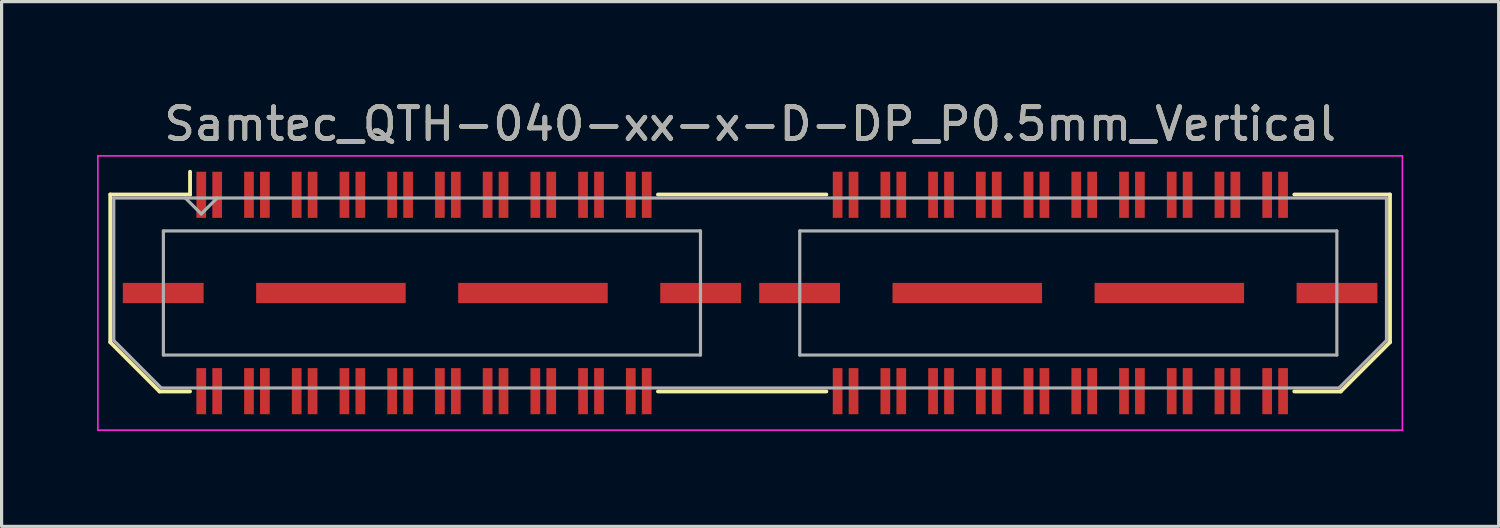
<source format=kicad_pcb>
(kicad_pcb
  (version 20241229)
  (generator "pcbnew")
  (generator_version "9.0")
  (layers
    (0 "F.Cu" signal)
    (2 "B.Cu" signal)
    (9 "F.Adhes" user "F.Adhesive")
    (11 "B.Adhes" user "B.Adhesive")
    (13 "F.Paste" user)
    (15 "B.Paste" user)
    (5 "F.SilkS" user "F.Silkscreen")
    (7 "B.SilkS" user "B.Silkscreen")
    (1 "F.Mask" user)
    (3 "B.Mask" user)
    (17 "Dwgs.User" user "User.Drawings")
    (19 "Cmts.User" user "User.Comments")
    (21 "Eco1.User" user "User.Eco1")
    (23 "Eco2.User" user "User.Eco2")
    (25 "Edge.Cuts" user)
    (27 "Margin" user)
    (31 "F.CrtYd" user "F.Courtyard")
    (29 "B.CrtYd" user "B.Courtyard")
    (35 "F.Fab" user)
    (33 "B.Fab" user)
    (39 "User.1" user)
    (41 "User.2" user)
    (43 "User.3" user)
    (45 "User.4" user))
  (footprint "Samtec_QTH-040-xx-x-D-DP_P0.5mm_Vertical"
    (layer "F.Cu")
    (at 20.525 6.158)
    (property "Reference" "Samtec_QTH-040-xx-x-D-DP_P0.5mm_Vertical" (at 0 -5.31 0) (layer "F.SilkS") (effects (font (size 1 1) (thickness 0.15))))
    (attr smd)
    (fp_line (start -20.11 -3.095) (end -20.11 1.548) (stroke (width 0.12) (type solid)) (layer "F.SilkS"))
    (fp_line (start -20.11 1.548) (end -18.562 3.095) (stroke (width 0.12) (type solid)) (layer "F.SilkS"))
    (fp_line (start -18.562 3.095) (end -17.602 3.095) (stroke (width 0.12) (type solid)) (layer "F.SilkS"))
    (fp_line (start -17.602 -3.811) (end -17.602 -3.095) (stroke (width 0.12) (type solid)) (layer "F.SilkS"))
    (fp_line (start -17.602 -3.095) (end -20.11 -3.095) (stroke (width 0.12) (type solid)) (layer "F.SilkS"))
    (fp_line (start -2.897 -3.095) (end 2.397 -3.095) (stroke (width 0.12) (type solid)) (layer "F.SilkS"))
    (fp_line (start -2.897 3.095) (end 2.397 3.095) (stroke (width 0.12) (type solid)) (layer "F.SilkS"))
    (fp_line (start 17.102 -3.095) (end 20.11 -3.095) (stroke (width 0.12) (type solid)) (layer "F.SilkS"))
    (fp_line (start 18.562 3.095) (end 17.102 3.095) (stroke (width 0.12) (type solid)) (layer "F.SilkS"))
    (fp_line (start 20.11 -3.095) (end 20.11 1.548) (stroke (width 0.12) (type solid)) (layer "F.SilkS"))
    (fp_line (start 20.11 1.548) (end 18.562 3.095) (stroke (width 0.12) (type solid)) (layer "F.SilkS"))
    (fp_line (start -20.5 -4.31) (end -20.5 4.31) (stroke (width 0.05) (type solid)) (layer "F.CrtYd"))
    (fp_line (start -20.5 4.31) (end 20.5 4.31) (stroke (width 0.05) (type solid)) (layer "F.CrtYd"))
    (fp_line (start 20.5 -4.31) (end -20.5 -4.31) (stroke (width 0.05) (type solid)) (layer "F.CrtYd"))
    (fp_line (start 20.5 4.31) (end 20.5 -4.31) (stroke (width 0.05) (type solid)) (layer "F.CrtYd"))
    (fp_line (start -20 -2.985) (end -20 1.492) (stroke (width 0.1) (type solid)) (layer "F.Fab"))
    (fp_line (start -20 -2.985) (end 20 -2.985) (stroke (width 0.1) (type solid)) (layer "F.Fab"))
    (fp_line (start -20 1.492) (end -18.508 2.985) (stroke (width 0.1) (type solid)) (layer "F.Fab"))
    (fp_line (start -18.508 2.985) (end 18.508 2.985) (stroke (width 0.1) (type solid)) (layer "F.Fab"))
    (fp_line (start -18.44 -1.95) (end -18.44 1.95) (stroke (width 0.1) (type solid)) (layer "F.Fab"))
    (fp_line (start -18.44 1.95) (end -1.56 1.95) (stroke (width 0.1) (type solid)) (layer "F.Fab"))
    (fp_line (start -17.25 -2.485) (end -17.75 -2.985) (stroke (width 0.1) (type solid)) (layer "F.Fab"))
    (fp_line (start -16.75 -2.985) (end -17.25 -2.485) (stroke (width 0.1) (type solid)) (layer "F.Fab"))
    (fp_line (start -1.56 -1.95) (end -18.44 -1.95) (stroke (width 0.1) (type solid)) (layer "F.Fab"))
    (fp_line (start -1.56 1.95) (end -1.56 -1.95) (stroke (width 0.1) (type solid)) (layer "F.Fab"))
    (fp_line (start 1.56 -1.95) (end 1.56 1.95) (stroke (width 0.1) (type solid)) (layer "F.Fab"))
    (fp_line (start 1.56 1.95) (end 18.44 1.95) (stroke (width 0.1) (type solid)) (layer "F.Fab"))
    (fp_line (start 18.44 -1.95) (end 1.56 -1.95) (stroke (width 0.1) (type solid)) (layer "F.Fab"))
    (fp_line (start 18.44 1.95) (end 18.44 -1.95) (stroke (width 0.1) (type solid)) (layer "F.Fab"))
    (fp_line (start 20 -2.985) (end 20 1.492) (stroke (width 0.1) (type solid)) (layer "F.Fab"))
    (fp_line (start 20 1.492) (end 18.508 2.985) (stroke (width 0.1) (type solid)) (layer "F.Fab"))
    (fp_text user "${REFERENCE}" (at 0 -5.31 0) (layer "F.Fab") (effects (font (size 1 1) (thickness 0.15))))
    (pad "1" smd rect (at -17.25 -3.086) (size 0.305 1.45) (layers "F.Cu" "F.Mask" "F.Paste"))
    (pad "2" smd rect (at -17.25 3.086) (size 0.305 1.45) (layers "F.Cu" "F.Mask" "F.Paste"))
    (pad "3" smd rect (at -16.75 -3.086) (size 0.305 1.45) (layers "F.Cu" "F.Mask" "F.Paste"))
    (pad "4" smd rect (at -16.75 3.086) (size 0.305 1.45) (layers "F.Cu" "F.Mask" "F.Paste"))
    (pad "5" smd rect (at -15.75 -3.086) (size 0.305 1.45) (layers "F.Cu" "F.Mask" "F.Paste"))
    (pad "6" smd rect (at -15.75 3.086) (size 0.305 1.45) (layers "F.Cu" "F.Mask" "F.Paste"))
    (pad "7" smd rect (at -15.25 -3.086) (size 0.305 1.45) (layers "F.Cu" "F.Mask" "F.Paste"))
    (pad "8" smd rect (at -15.25 3.086) (size 0.305 1.45) (layers "F.Cu" "F.Mask" "F.Paste"))
    (pad "9" smd rect (at -14.25 -3.086) (size 0.305 1.45) (layers "F.Cu" "F.Mask" "F.Paste"))
    (pad "10" smd rect (at -14.25 3.086) (size 0.305 1.45) (layers "F.Cu" "F.Mask" "F.Paste"))
    (pad "11" smd rect (at -13.75 -3.086) (size 0.305 1.45) (layers "F.Cu" "F.Mask" "F.Paste"))
    (pad "12" smd rect (at -13.75 3.086) (size 0.305 1.45) (layers "F.Cu" "F.Mask" "F.Paste"))
    (pad "13" smd rect (at -12.75 -3.086) (size 0.305 1.45) (layers "F.Cu" "F.Mask" "F.Paste"))
    (pad "14" smd rect (at -12.75 3.086) (size 0.305 1.45) (layers "F.Cu" "F.Mask" "F.Paste"))
    (pad "15" smd rect (at -12.25 -3.086) (size 0.305 1.45) (layers "F.Cu" "F.Mask" "F.Paste"))
    (pad "16" smd rect (at -12.25 3.086) (size 0.305 1.45) (layers "F.Cu" "F.Mask" "F.Paste"))
    (pad "17" smd rect (at -11.25 -3.086) (size 0.305 1.45) (layers "F.Cu" "F.Mask" "F.Paste"))
    (pad "18" smd rect (at -11.25 3.086) (size 0.305 1.45) (layers "F.Cu" "F.Mask" "F.Paste"))
    (pad "19" smd rect (at -10.75 -3.086) (size 0.305 1.45) (layers "F.Cu" "F.Mask" "F.Paste"))
    (pad "20" smd rect (at -10.75 3.086) (size 0.305 1.45) (layers "F.Cu" "F.Mask" "F.Paste"))
    (pad "21" smd rect (at -9.75 -3.086) (size 0.305 1.45) (layers "F.Cu" "F.Mask" "F.Paste"))
    (pad "22" smd rect (at -9.75 3.086) (size 0.305 1.45) (layers "F.Cu" "F.Mask" "F.Paste"))
    (pad "23" smd rect (at -9.25 -3.086) (size 0.305 1.45) (layers "F.Cu" "F.Mask" "F.Paste"))
    (pad "24" smd rect (at -9.25 3.086) (size 0.305 1.45) (layers "F.Cu" "F.Mask" "F.Paste"))
    (pad "25" smd rect (at -8.25 -3.086) (size 0.305 1.45) (layers "F.Cu" "F.Mask" "F.Paste"))
    (pad "26" smd rect (at -8.25 3.086) (size 0.305 1.45) (layers "F.Cu" "F.Mask" "F.Paste"))
    (pad "27" smd rect (at -7.75 -3.086) (size 0.305 1.45) (layers "F.Cu" "F.Mask" "F.Paste"))
    (pad "28" smd rect (at -7.75 3.086) (size 0.305 1.45) (layers "F.Cu" "F.Mask" "F.Paste"))
    (pad "29" smd rect (at -6.75 -3.086) (size 0.305 1.45) (layers "F.Cu" "F.Mask" "F.Paste"))
    (pad "30" smd rect (at -6.75 3.086) (size 0.305 1.45) (layers "F.Cu" "F.Mask" "F.Paste"))
    (pad "31" smd rect (at -6.25 -3.086) (size 0.305 1.45) (layers "F.Cu" "F.Mask" "F.Paste"))
    (pad "32" smd rect (at -6.25 3.086) (size 0.305 1.45) (layers "F.Cu" "F.Mask" "F.Paste"))
    (pad "33" smd rect (at -5.25 -3.086) (size 0.305 1.45) (layers "F.Cu" "F.Mask" "F.Paste"))
    (pad "34" smd rect (at -5.25 3.086) (size 0.305 1.45) (layers "F.Cu" "F.Mask" "F.Paste"))
    (pad "35" smd rect (at -4.75 -3.086) (size 0.305 1.45) (layers "F.Cu" "F.Mask" "F.Paste"))
    (pad "36" smd rect (at -4.75 3.086) (size 0.305 1.45) (layers "F.Cu" "F.Mask" "F.Paste"))
    (pad "37" smd rect (at -3.75 -3.086) (size 0.305 1.45) (layers "F.Cu" "F.Mask" "F.Paste"))
    (pad "38" smd rect (at -3.75 3.086) (size 0.305 1.45) (layers "F.Cu" "F.Mask" "F.Paste"))
    (pad "39" smd rect (at -3.25 -3.086) (size 0.305 1.45) (layers "F.Cu" "F.Mask" "F.Paste"))
    (pad "40" smd rect (at -3.25 3.086) (size 0.305 1.45) (layers "F.Cu" "F.Mask" "F.Paste"))
    (pad "41" smd rect (at 2.75 -3.086) (size 0.305 1.45) (layers "F.Cu" "F.Mask" "F.Paste"))
    (pad "42" smd rect (at 2.75 3.086) (size 0.305 1.45) (layers "F.Cu" "F.Mask" "F.Paste"))
    (pad "43" smd rect (at 3.25 -3.086) (size 0.305 1.45) (layers "F.Cu" "F.Mask" "F.Paste"))
    (pad "44" smd rect (at 3.25 3.086) (size 0.305 1.45) (layers "F.Cu" "F.Mask" "F.Paste"))
    (pad "45" smd rect (at 4.25 -3.086) (size 0.305 1.45) (layers "F.Cu" "F.Mask" "F.Paste"))
    (pad "46" smd rect (at 4.25 3.086) (size 0.305 1.45) (layers "F.Cu" "F.Mask" "F.Paste"))
    (pad "47" smd rect (at 4.75 -3.086) (size 0.305 1.45) (layers "F.Cu" "F.Mask" "F.Paste"))
    (pad "48" smd rect (at 4.75 3.086) (size 0.305 1.45) (layers "F.Cu" "F.Mask" "F.Paste"))
    (pad "49" smd rect (at 5.75 -3.086) (size 0.305 1.45) (layers "F.Cu" "F.Mask" "F.Paste"))
    (pad "50" smd rect (at 5.75 3.086) (size 0.305 1.45) (layers "F.Cu" "F.Mask" "F.Paste"))
    (pad "51" smd rect (at 6.25 -3.086) (size 0.305 1.45) (layers "F.Cu" "F.Mask" "F.Paste"))
    (pad "52" smd rect (at 6.25 3.086) (size 0.305 1.45) (layers "F.Cu" "F.Mask" "F.Paste"))
    (pad "53" smd rect (at 7.25 -3.086) (size 0.305 1.45) (layers "F.Cu" "F.Mask" "F.Paste"))
    (pad "54" smd rect (at 7.25 3.086) (size 0.305 1.45) (layers "F.Cu" "F.Mask" "F.Paste"))
    (pad "55" smd rect (at 7.75 -3.086) (size 0.305 1.45) (layers "F.Cu" "F.Mask" "F.Paste"))
    (pad "56" smd rect (at 7.75 3.086) (size 0.305 1.45) (layers "F.Cu" "F.Mask" "F.Paste"))
    (pad "57" smd rect (at 8.75 -3.086) (size 0.305 1.45) (layers "F.Cu" "F.Mask" "F.Paste"))
    (pad "58" smd rect (at 8.75 3.086) (size 0.305 1.45) (layers "F.Cu" "F.Mask" "F.Paste"))
    (pad "59" smd rect (at 9.25 -3.086) (size 0.305 1.45) (layers "F.Cu" "F.Mask" "F.Paste"))
    (pad "60" smd rect (at 9.25 3.086) (size 0.305 1.45) (layers "F.Cu" "F.Mask" "F.Paste"))
    (pad "61" smd rect (at 10.25 -3.086) (size 0.305 1.45) (layers "F.Cu" "F.Mask" "F.Paste"))
    (pad "62" smd rect (at 10.25 3.086) (size 0.305 1.45) (layers "F.Cu" "F.Mask" "F.Paste"))
    (pad "63" smd rect (at 10.75 -3.086) (size 0.305 1.45) (layers "F.Cu" "F.Mask" "F.Paste"))
    (pad "64" smd rect (at 10.75 3.086) (size 0.305 1.45) (layers "F.Cu" "F.Mask" "F.Paste"))
    (pad "65" smd rect (at 11.75 -3.086) (size 0.305 1.45) (layers "F.Cu" "F.Mask" "F.Paste"))
    (pad "66" smd rect (at 11.75 3.086) (size 0.305 1.45) (layers "F.Cu" "F.Mask" "F.Paste"))
    (pad "67" smd rect (at 12.25 -3.086) (size 0.305 1.45) (layers "F.Cu" "F.Mask" "F.Paste"))
    (pad "68" smd rect (at 12.25 3.086) (size 0.305 1.45) (layers "F.Cu" "F.Mask" "F.Paste"))
    (pad "69" smd rect (at 13.25 -3.086) (size 0.305 1.45) (layers "F.Cu" "F.Mask" "F.Paste"))
    (pad "70" smd rect (at 13.25 3.086) (size 0.305 1.45) (layers "F.Cu" "F.Mask" "F.Paste"))
    (pad "71" smd rect (at 13.75 -3.086) (size 0.305 1.45) (layers "F.Cu" "F.Mask" "F.Paste"))
    (pad "72" smd rect (at 13.75 3.086) (size 0.305 1.45) (layers "F.Cu" "F.Mask" "F.Paste"))
    (pad "73" smd rect (at 14.75 -3.086) (size 0.305 1.45) (layers "F.Cu" "F.Mask" "F.Paste"))
    (pad "74" smd rect (at 14.75 3.086) (size 0.305 1.45) (layers "F.Cu" "F.Mask" "F.Paste"))
    (pad "75" smd rect (at 15.25 -3.086) (size 0.305 1.45) (layers "F.Cu" "F.Mask" "F.Paste"))
    (pad "76" smd rect (at 15.25 3.086) (size 0.305 1.45) (layers "F.Cu" "F.Mask" "F.Paste"))
    (pad "77" smd rect (at 16.25 -3.086) (size 0.305 1.45) (layers "F.Cu" "F.Mask" "F.Paste"))
    (pad "78" smd rect (at 16.25 3.086) (size 0.305 1.45) (layers "F.Cu" "F.Mask" "F.Paste"))
    (pad "79" smd rect (at 16.75 -3.086) (size 0.305 1.45) (layers "F.Cu" "F.Mask" "F.Paste"))
    (pad "80" smd rect (at 16.75 3.086) (size 0.305 1.45) (layers "F.Cu" "F.Mask" "F.Paste"))
    (pad "P1" smd rect (at -18.445 0) (size 2.54 0.635) (layers "F.Cu" "F.Mask" "F.Paste"))
    (pad "P1" smd rect (at -13.175 0) (size 4.7 0.635) (layers "F.Cu" "F.Mask" "F.Paste"))
    (pad "P1" smd rect (at -6.825 0) (size 4.7 0.635) (layers "F.Cu" "F.Mask" "F.Paste"))
    (pad "P1" smd rect (at -1.555 0) (size 2.54 0.635) (layers "F.Cu" "F.Mask" "F.Paste"))
    (pad "P2" smd rect (at 1.555 0) (size 2.54 0.635) (layers "F.Cu" "F.Mask" "F.Paste"))
    (pad "P2" smd rect (at 6.825 0) (size 4.7 0.635) (layers "F.Cu" "F.Mask" "F.Paste"))
    (pad "P2" smd rect (at 13.175 0) (size 4.7 0.635) (layers "F.Cu" "F.Mask" "F.Paste"))
    (pad "P2" smd rect (at 18.445 0) (size 2.54 0.635) (layers "F.Cu" "F.Mask" "F.Paste")))
  (gr_rect
    (start -3 -3)
    (end 44.05 13.493)
    (stroke (width 0.1) (type default))
    (fill no)
    (layer "Edge.Cuts")))
</source>
